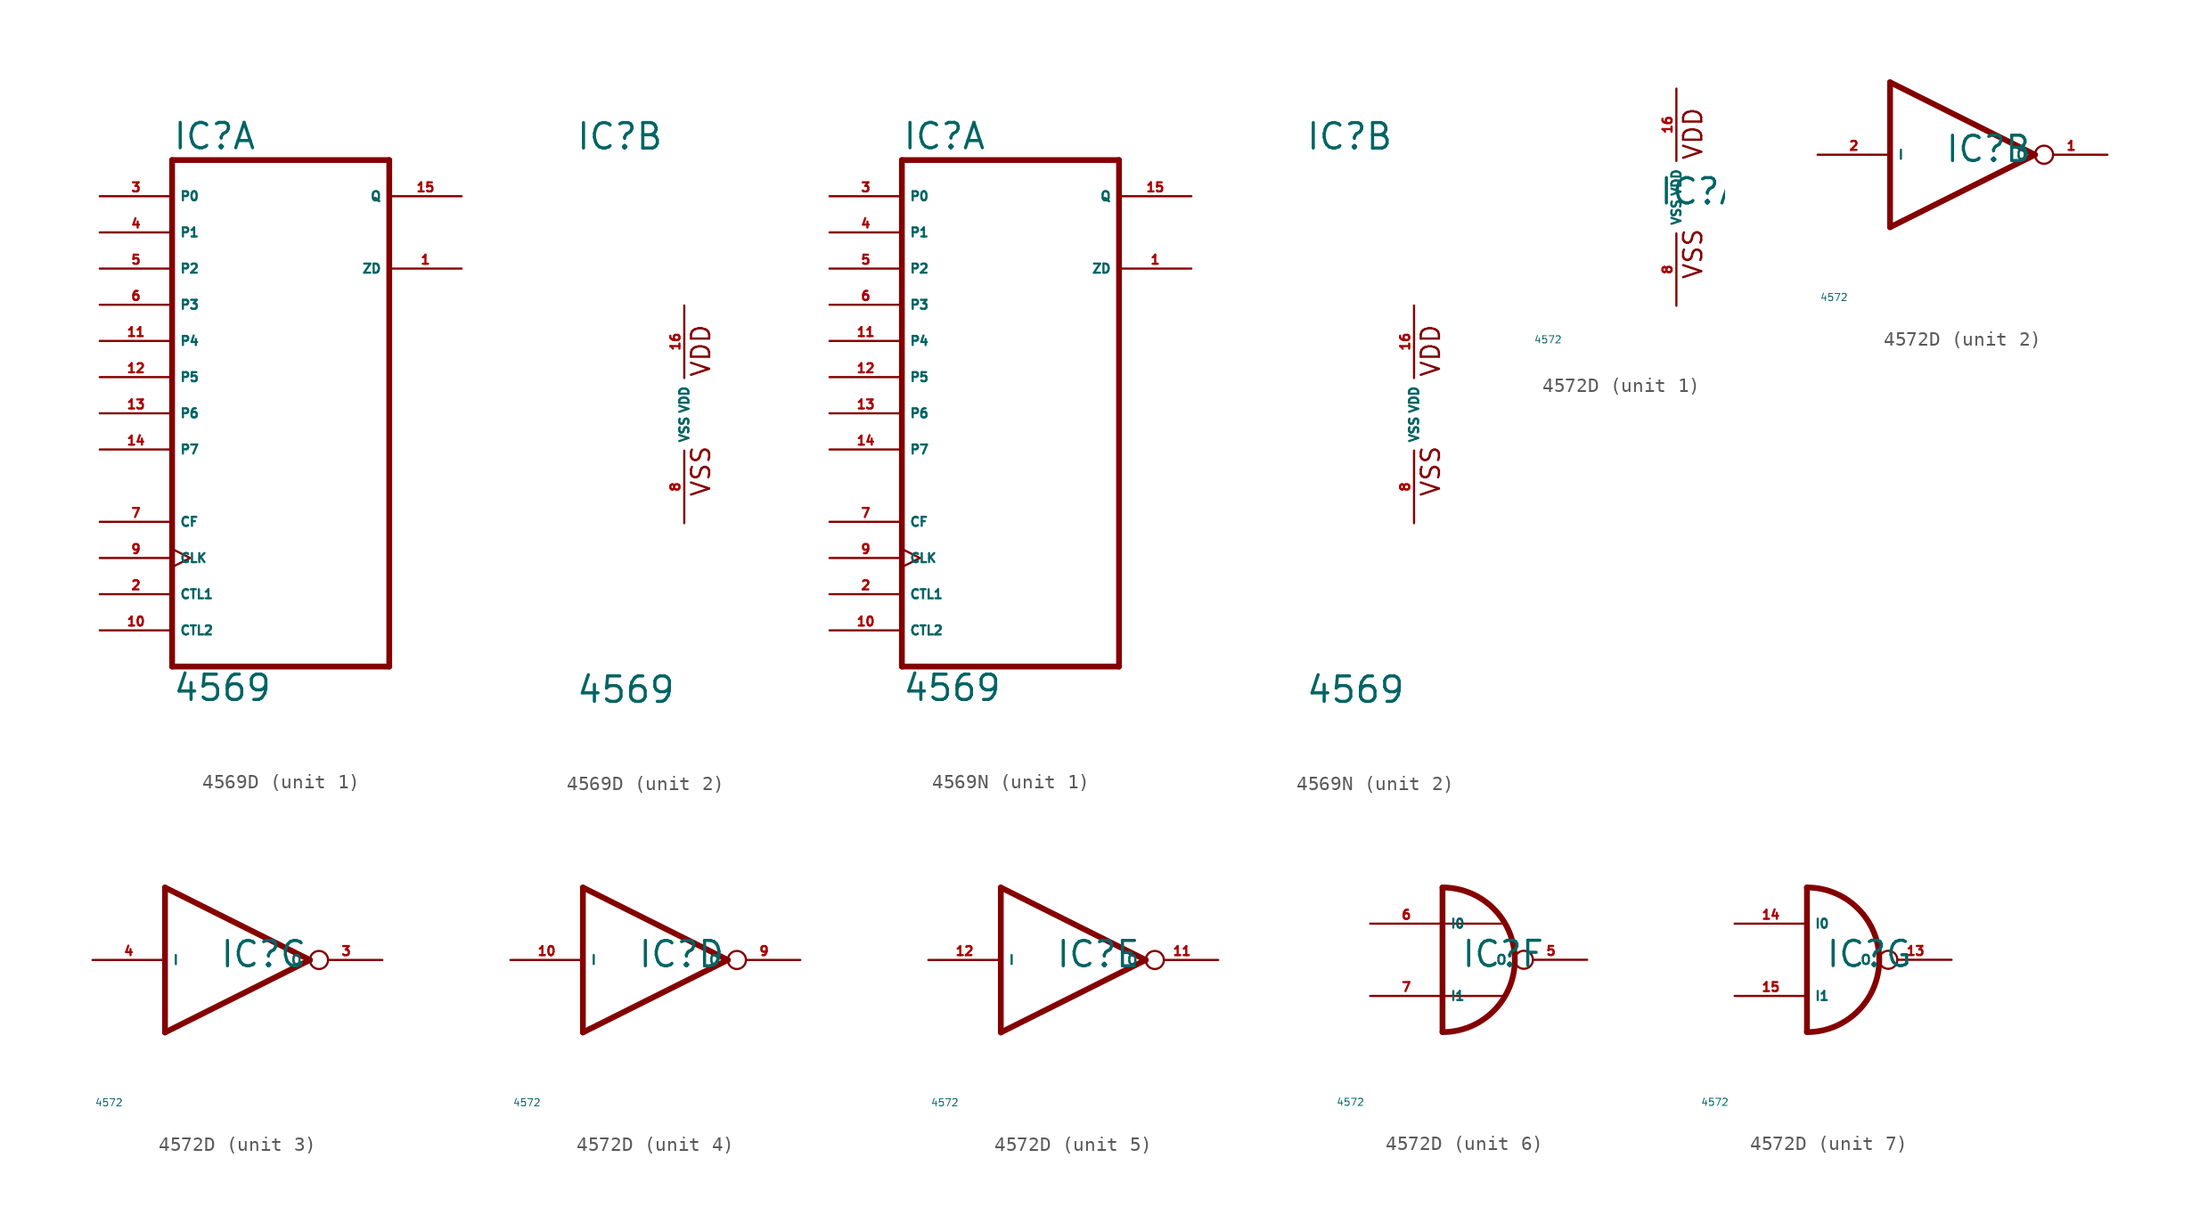
<source format=kicad_sym>
(kicad_symbol_lib
  (version 20220914)
  (generator Eagle2Kicad)
  (symbol "4569D"
    (property "Reference" "IC"
      (at -7.62 18.415 0)
      (effects (font (size 1.778 1.778) (thickness 0.22)) (justify left bottom)))
    (property "Value" "4569"
      (at -7.62 -20.32 0)
      (effects (font (size 1.778 1.778) (thickness 0.22)) (justify left bottom)))
    (symbol "4569D_1_0"
      (polyline (pts (xy -7.62 -17.78) (xy 7.62 -17.78)) (stroke (width 0.406) (type default)) (fill (type none)))
      (polyline (pts (xy 7.62 -17.78) (xy 7.62 17.78)) (stroke (width 0.406) (type default)) (fill (type none)))
      (polyline (pts (xy 7.62 17.78) (xy -7.62 17.78)) (stroke (width 0.406) (type default)) (fill (type none)))
      (polyline (pts (xy -7.62 17.78) (xy -7.62 -17.78)) (stroke (width 0.406) (type default)) (fill (type none)))
      (pin output line (at 12.7 10.16 180) (length 5.08) (name "ZD" (effects (font (size 0.635 0.635) (thickness 0.08)) (justify left bottom))) (number "1" (effects (font (size 0.635 0.635) (thickness 0.08)) (justify left bottom))))
      (pin input line (at -12.7 -12.7 0) (length 5.08) (name "CTL1" (effects (font (size 0.635 0.635) (thickness 0.08)) (justify left bottom))) (number "2" (effects (font (size 0.635 0.635) (thickness 0.08)) (justify left bottom))))
      (pin input line (at -12.7 15.24 0) (length 5.08) (name "P0" (effects (font (size 0.635 0.635) (thickness 0.08)) (justify left bottom))) (number "3" (effects (font (size 0.635 0.635) (thickness 0.08)) (justify left bottom))))
      (pin input line (at -12.7 12.7 0) (length 5.08) (name "P1" (effects (font (size 0.635 0.635) (thickness 0.08)) (justify left bottom))) (number "4" (effects (font (size 0.635 0.635) (thickness 0.08)) (justify left bottom))))
      (pin input line (at -12.7 10.16 0) (length 5.08) (name "P2" (effects (font (size 0.635 0.635) (thickness 0.08)) (justify left bottom))) (number "5" (effects (font (size 0.635 0.635) (thickness 0.08)) (justify left bottom))))
      (pin input line (at -12.7 7.62 0) (length 5.08) (name "P3" (effects (font (size 0.635 0.635) (thickness 0.08)) (justify left bottom))) (number "6" (effects (font (size 0.635 0.635) (thickness 0.08)) (justify left bottom))))
      (pin input line (at -12.7 -7.62 0) (length 5.08) (name "CF" (effects (font (size 0.635 0.635) (thickness 0.08)) (justify left bottom))) (number "7" (effects (font (size 0.635 0.635) (thickness 0.08)) (justify left bottom))))
      (pin input clock (at -12.7 -10.16 0) (length 5.08) (name "CLK" (effects (font (size 0.635 0.635) (thickness 0.08)) (justify left bottom))) (number "9" (effects (font (size 0.635 0.635) (thickness 0.08)) (justify left bottom))))
      (pin input line (at -12.7 -15.24 0) (length 5.08) (name "CTL2" (effects (font (size 0.635 0.635) (thickness 0.08)) (justify left bottom))) (number "10" (effects (font (size 0.635 0.635) (thickness 0.08)) (justify left bottom))))
      (pin input line (at -12.7 5.08 0) (length 5.08) (name "P4" (effects (font (size 0.635 0.635) (thickness 0.08)) (justify left bottom))) (number "11" (effects (font (size 0.635 0.635) (thickness 0.08)) (justify left bottom))))
      (pin input line (at -12.7 2.54 0) (length 5.08) (name "P5" (effects (font (size 0.635 0.635) (thickness 0.08)) (justify left bottom))) (number "12" (effects (font (size 0.635 0.635) (thickness 0.08)) (justify left bottom))))
      (pin input line (at -12.7 0 0) (length 5.08) (name "P6" (effects (font (size 0.635 0.635) (thickness 0.08)) (justify left bottom))) (number "13" (effects (font (size 0.635 0.635) (thickness 0.08)) (justify left bottom))))
      (pin input line (at -12.7 -2.54 0) (length 5.08) (name "P7" (effects (font (size 0.635 0.635) (thickness 0.08)) (justify left bottom))) (number "14" (effects (font (size 0.635 0.635) (thickness 0.08)) (justify left bottom))))
      (pin output line (at 12.7 15.24 180) (length 5.08) (name "Q" (effects (font (size 0.635 0.635) (thickness 0.08)) (justify left bottom))) (number "15" (effects (font (size 0.635 0.635) (thickness 0.08)) (justify left bottom)))))
    (symbol "4569D_2_0"
      (text "VDD" (at 1.905 2.54 900) (effects (font (size 1.27 1.27) (thickness 0.16)) (justify left bottom)))
      (text "VSS" (at 1.905 -5.842 900) (effects (font (size 1.27 1.27) (thickness 0.16)) (justify left bottom)))
      (pin unspecified line (at 0 -7.62 90) (length 5.08) (name "VSS" (effects (font (size 0.635 0.635) (thickness 0.08)) (justify left bottom))) (number "8" (effects (font (size 0.635 0.635) (thickness 0.08)) (justify left bottom))))
      (pin unspecified line (at 0 7.62 270) (length 5.08) (name "VDD" (effects (font (size 0.635 0.635) (thickness 0.08)) (justify left bottom))) (number "16" (effects (font (size 0.635 0.635) (thickness 0.08)) (justify left bottom))))))
  (symbol "4569N"
    (property "Reference" "IC"
      (at -7.62 18.415 0)
      (effects (font (size 1.778 1.778) (thickness 0.22)) (justify left bottom)))
    (property "Value" "4569"
      (at -7.62 -20.32 0)
      (effects (font (size 1.778 1.778) (thickness 0.22)) (justify left bottom)))
    (symbol "4569N_1_0"
      (polyline (pts (xy -7.62 -17.78) (xy 7.62 -17.78)) (stroke (width 0.406) (type default)) (fill (type none)))
      (polyline (pts (xy 7.62 -17.78) (xy 7.62 17.78)) (stroke (width 0.406) (type default)) (fill (type none)))
      (polyline (pts (xy 7.62 17.78) (xy -7.62 17.78)) (stroke (width 0.406) (type default)) (fill (type none)))
      (polyline (pts (xy -7.62 17.78) (xy -7.62 -17.78)) (stroke (width 0.406) (type default)) (fill (type none)))
      (pin output line (at 12.7 10.16 180) (length 5.08) (name "ZD" (effects (font (size 0.635 0.635) (thickness 0.08)) (justify left bottom))) (number "1" (effects (font (size 0.635 0.635) (thickness 0.08)) (justify left bottom))))
      (pin input line (at -12.7 -12.7 0) (length 5.08) (name "CTL1" (effects (font (size 0.635 0.635) (thickness 0.08)) (justify left bottom))) (number "2" (effects (font (size 0.635 0.635) (thickness 0.08)) (justify left bottom))))
      (pin input line (at -12.7 15.24 0) (length 5.08) (name "P0" (effects (font (size 0.635 0.635) (thickness 0.08)) (justify left bottom))) (number "3" (effects (font (size 0.635 0.635) (thickness 0.08)) (justify left bottom))))
      (pin input line (at -12.7 12.7 0) (length 5.08) (name "P1" (effects (font (size 0.635 0.635) (thickness 0.08)) (justify left bottom))) (number "4" (effects (font (size 0.635 0.635) (thickness 0.08)) (justify left bottom))))
      (pin input line (at -12.7 10.16 0) (length 5.08) (name "P2" (effects (font (size 0.635 0.635) (thickness 0.08)) (justify left bottom))) (number "5" (effects (font (size 0.635 0.635) (thickness 0.08)) (justify left bottom))))
      (pin input line (at -12.7 7.62 0) (length 5.08) (name "P3" (effects (font (size 0.635 0.635) (thickness 0.08)) (justify left bottom))) (number "6" (effects (font (size 0.635 0.635) (thickness 0.08)) (justify left bottom))))
      (pin input line (at -12.7 -7.62 0) (length 5.08) (name "CF" (effects (font (size 0.635 0.635) (thickness 0.08)) (justify left bottom))) (number "7" (effects (font (size 0.635 0.635) (thickness 0.08)) (justify left bottom))))
      (pin input clock (at -12.7 -10.16 0) (length 5.08) (name "CLK" (effects (font (size 0.635 0.635) (thickness 0.08)) (justify left bottom))) (number "9" (effects (font (size 0.635 0.635) (thickness 0.08)) (justify left bottom))))
      (pin input line (at -12.7 -15.24 0) (length 5.08) (name "CTL2" (effects (font (size 0.635 0.635) (thickness 0.08)) (justify left bottom))) (number "10" (effects (font (size 0.635 0.635) (thickness 0.08)) (justify left bottom))))
      (pin input line (at -12.7 5.08 0) (length 5.08) (name "P4" (effects (font (size 0.635 0.635) (thickness 0.08)) (justify left bottom))) (number "11" (effects (font (size 0.635 0.635) (thickness 0.08)) (justify left bottom))))
      (pin input line (at -12.7 2.54 0) (length 5.08) (name "P5" (effects (font (size 0.635 0.635) (thickness 0.08)) (justify left bottom))) (number "12" (effects (font (size 0.635 0.635) (thickness 0.08)) (justify left bottom))))
      (pin input line (at -12.7 0 0) (length 5.08) (name "P6" (effects (font (size 0.635 0.635) (thickness 0.08)) (justify left bottom))) (number "13" (effects (font (size 0.635 0.635) (thickness 0.08)) (justify left bottom))))
      (pin input line (at -12.7 -2.54 0) (length 5.08) (name "P7" (effects (font (size 0.635 0.635) (thickness 0.08)) (justify left bottom))) (number "14" (effects (font (size 0.635 0.635) (thickness 0.08)) (justify left bottom))))
      (pin output line (at 12.7 15.24 180) (length 5.08) (name "Q" (effects (font (size 0.635 0.635) (thickness 0.08)) (justify left bottom))) (number "15" (effects (font (size 0.635 0.635) (thickness 0.08)) (justify left bottom)))))
    (symbol "4569N_2_0"
      (text "VDD" (at 1.905 2.54 900) (effects (font (size 1.27 1.27) (thickness 0.16)) (justify left bottom)))
      (text "VSS" (at 1.905 -5.842 900) (effects (font (size 1.27 1.27) (thickness 0.16)) (justify left bottom)))
      (pin unspecified line (at 0 -7.62 90) (length 5.08) (name "VSS" (effects (font (size 0.635 0.635) (thickness 0.08)) (justify left bottom))) (number "8" (effects (font (size 0.635 0.635) (thickness 0.08)) (justify left bottom))))
      (pin unspecified line (at 0 7.62 270) (length 5.08) (name "VDD" (effects (font (size 0.635 0.635) (thickness 0.08)) (justify left bottom))) (number "16" (effects (font (size 0.635 0.635) (thickness 0.08)) (justify left bottom))))))
  (symbol "4572D"
    (property "Reference" "IC"
      (at -1.27 -0.635 0)
      (effects (font (size 1.778 1.778) (thickness 0.22)) (justify left bottom)))
    (property "Value" "4572"
      (at -10 -10 0)
      (effects (font (size 0.5 0.5) (thickness 0.06)) (justify left)))
    (symbol "4572D_1_0"
      (text "VDD" (at 1.905 2.54 900) (effects (font (size 1.27 1.27) (thickness 0.16)) (justify left bottom)))
      (text "VSS" (at 1.905 -5.842 900) (effects (font (size 1.27 1.27) (thickness 0.16)) (justify left bottom)))
      (pin unspecified line (at 0 -7.62 90) (length 5.08) (name "VSS" (effects (font (size 0.635 0.635) (thickness 0.08)) (justify left bottom))) (number "8" (effects (font (size 0.635 0.635) (thickness 0.08)) (justify left bottom))))
      (pin unspecified line (at 0 7.62 270) (length 5.08) (name "VDD" (effects (font (size 0.635 0.635) (thickness 0.08)) (justify left bottom))) (number "16" (effects (font (size 0.635 0.635) (thickness 0.08)) (justify left bottom)))))
    (symbol "4572D_2_0"
      (polyline (pts (xy -5.08 -5.08) (xy 5.08 0)) (stroke (width 0.406) (type default)) (fill (type none)))
      (polyline (pts (xy 5.08 0) (xy -5.08 5.08)) (stroke (width 0.406) (type default)) (fill (type none)))
      (polyline (pts (xy -5.08 5.08) (xy -5.08 -5.08)) (stroke (width 0.406) (type default)) (fill (type none)))
      (pin input line (at -10.16 0 0) (length 5.08) (name "I" (effects (font (size 0.635 0.635) (thickness 0.08)) (justify left bottom))) (number "2" (effects (font (size 0.635 0.635) (thickness 0.08)) (justify left bottom))))
      (pin output inverted (at 10.16 0 180) (length 5.08) (name "O" (effects (font (size 0.635 0.635) (thickness 0.08)) (justify left bottom))) (number "1" (effects (font (size 0.635 0.635) (thickness 0.08)) (justify left bottom)))))
    (symbol "4572D_3_0"
      (polyline (pts (xy -5.08 -5.08) (xy 5.08 0)) (stroke (width 0.406) (type default)) (fill (type none)))
      (polyline (pts (xy 5.08 0) (xy -5.08 5.08)) (stroke (width 0.406) (type default)) (fill (type none)))
      (polyline (pts (xy -5.08 5.08) (xy -5.08 -5.08)) (stroke (width 0.406) (type default)) (fill (type none)))
      (pin input line (at -10.16 0 0) (length 5.08) (name "I" (effects (font (size 0.635 0.635) (thickness 0.08)) (justify left bottom))) (number "4" (effects (font (size 0.635 0.635) (thickness 0.08)) (justify left bottom))))
      (pin output inverted (at 10.16 0 180) (length 5.08) (name "O" (effects (font (size 0.635 0.635) (thickness 0.08)) (justify left bottom))) (number "3" (effects (font (size 0.635 0.635) (thickness 0.08)) (justify left bottom)))))
    (symbol "4572D_4_0"
      (polyline (pts (xy -5.08 -5.08) (xy 5.08 0)) (stroke (width 0.406) (type default)) (fill (type none)))
      (polyline (pts (xy 5.08 0) (xy -5.08 5.08)) (stroke (width 0.406) (type default)) (fill (type none)))
      (polyline (pts (xy -5.08 5.08) (xy -5.08 -5.08)) (stroke (width 0.406) (type default)) (fill (type none)))
      (pin input line (at -10.16 0 0) (length 5.08) (name "I" (effects (font (size 0.635 0.635) (thickness 0.08)) (justify left bottom))) (number "10" (effects (font (size 0.635 0.635) (thickness 0.08)) (justify left bottom))))
      (pin output inverted (at 10.16 0 180) (length 5.08) (name "O" (effects (font (size 0.635 0.635) (thickness 0.08)) (justify left bottom))) (number "9" (effects (font (size 0.635 0.635) (thickness 0.08)) (justify left bottom)))))
    (symbol "4572D_5_0"
      (polyline (pts (xy -5.08 -5.08) (xy 5.08 0)) (stroke (width 0.406) (type default)) (fill (type none)))
      (polyline (pts (xy 5.08 0) (xy -5.08 5.08)) (stroke (width 0.406) (type default)) (fill (type none)))
      (polyline (pts (xy -5.08 5.08) (xy -5.08 -5.08)) (stroke (width 0.406) (type default)) (fill (type none)))
      (pin input line (at -10.16 0 0) (length 5.08) (name "I" (effects (font (size 0.635 0.635) (thickness 0.08)) (justify left bottom))) (number "12" (effects (font (size 0.635 0.635) (thickness 0.08)) (justify left bottom))))
      (pin output inverted (at 10.16 0 180) (length 5.08) (name "O" (effects (font (size 0.635 0.635) (thickness 0.08)) (justify left bottom))) (number "11" (effects (font (size 0.635 0.635) (thickness 0.08)) (justify left bottom)))))
    (symbol "4572D_6_0"
      (arc (start -2.54 -5.08) (mid 2.540 0.000) (end -2.54 5.08) (stroke (width 0.4064) (type default)) (fill (type none)))
      (polyline (pts (xy 1.778 2.54) (xy -2.54 2.54)) (stroke (width 0.152) (type default)) (fill (type none)))
      (polyline (pts (xy 1.778 -2.54) (xy -2.54 -2.54)) (stroke (width 0.152) (type default)) (fill (type none)))
      (polyline (pts (xy -2.54 5.08) (xy -2.54 -5.08)) (stroke (width 0.406) (type default)) (fill (type none)))
      (pin input line (at -7.62 2.54 0) (length 5.08) (name "I0" (effects (font (size 0.635 0.635) (thickness 0.08)) (justify left bottom))) (number "6" (effects (font (size 0.635 0.635) (thickness 0.08)) (justify left bottom))))
      (pin input line (at -7.62 -2.54 0) (length 5.08) (name "I1" (effects (font (size 0.635 0.635) (thickness 0.08)) (justify left bottom))) (number "7" (effects (font (size 0.635 0.635) (thickness 0.08)) (justify left bottom))))
      (pin output inverted (at 7.62 0 180) (length 5.08) (name "O" (effects (font (size 0.635 0.635) (thickness 0.08)) (justify left bottom))) (number "5" (effects (font (size 0.635 0.635) (thickness 0.08)) (justify left bottom)))))
    (symbol "4572D_7_0"
      (arc (start -2.54 -5.08) (mid 2.540 0.000) (end -2.54 5.08) (stroke (width 0.4064) (type default)) (fill (type none)))
      (polyline (pts (xy -2.54 5.08) (xy -2.54 -5.08)) (stroke (width 0.406) (type default)) (fill (type none)))
      (pin input line (at -7.62 2.54 0) (length 5.08) (name "I0" (effects (font (size 0.635 0.635) (thickness 0.08)) (justify left bottom))) (number "14" (effects (font (size 0.635 0.635) (thickness 0.08)) (justify left bottom))))
      (pin input line (at -7.62 -2.54 0) (length 5.08) (name "I1" (effects (font (size 0.635 0.635) (thickness 0.08)) (justify left bottom))) (number "15" (effects (font (size 0.635 0.635) (thickness 0.08)) (justify left bottom))))
      (pin output inverted (at 7.62 0 180) (length 5.08) (name "O" (effects (font (size 0.635 0.635) (thickness 0.08)) (justify left bottom))) (number "13" (effects (font (size 0.635 0.635) (thickness 0.08)) (justify left bottom)))))))
</source>
